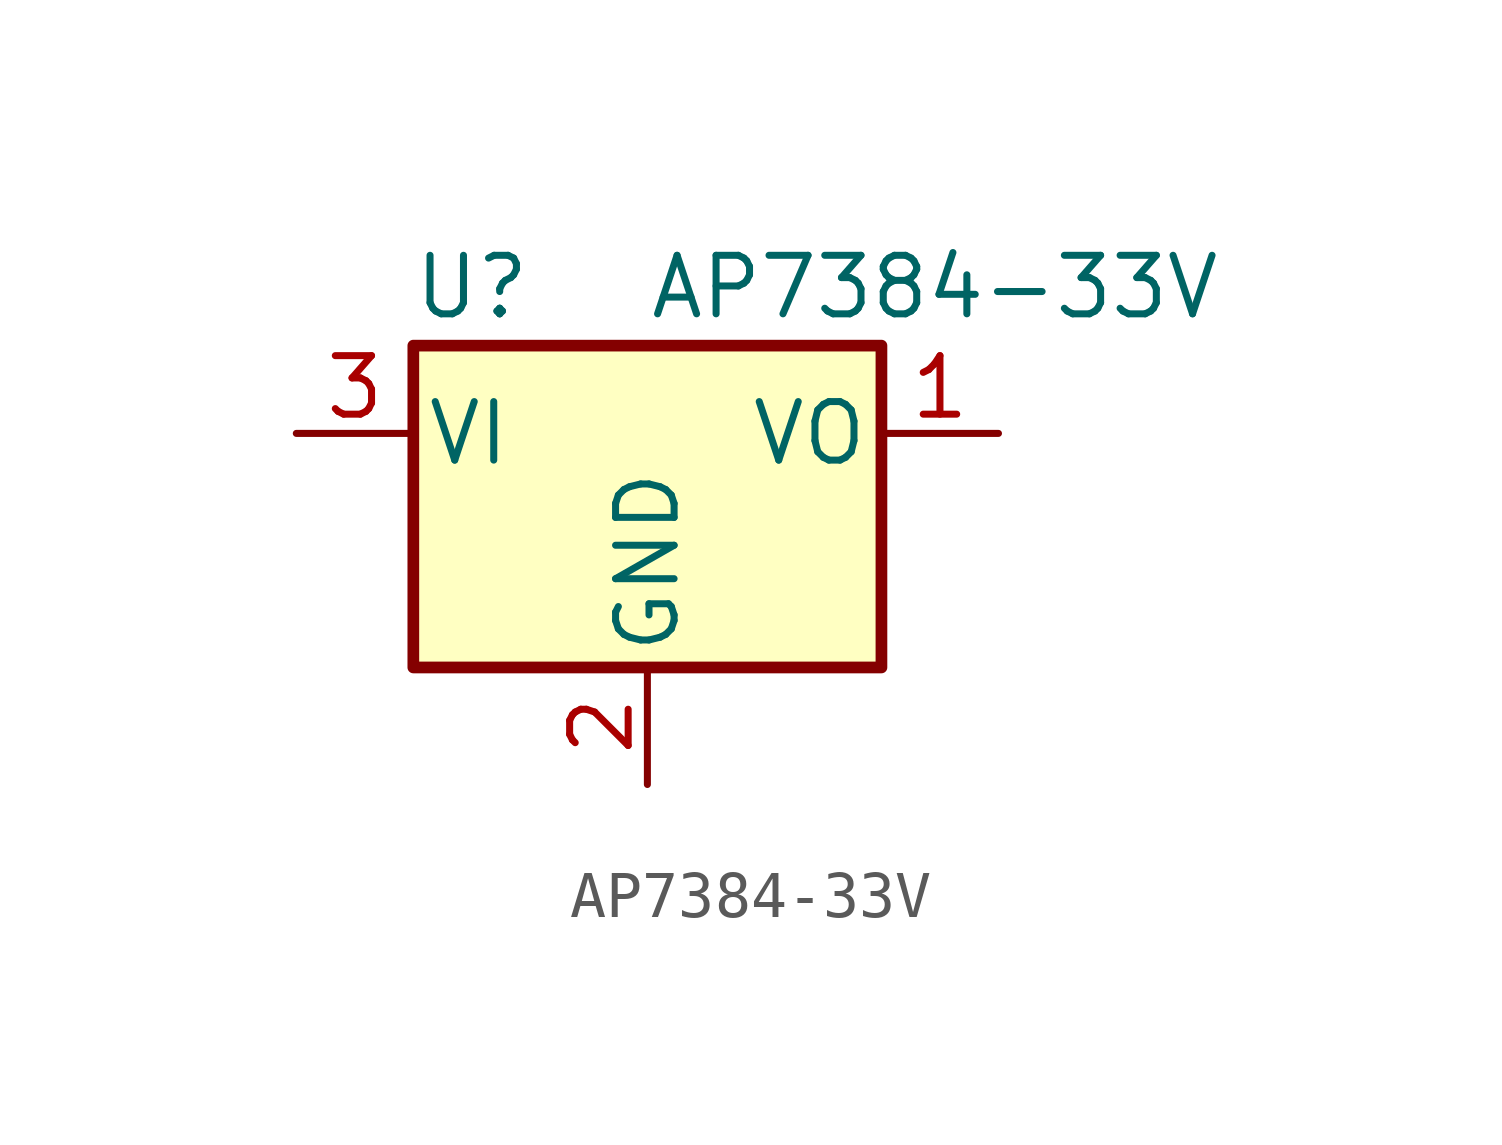
<source format=kicad_sym>
(kicad_symbol_lib
  (version 20220914)
  (generator kicad_symbol_editor)
  (symbol "AP7384-33V"
    (pin_names
      (offset 0.254))
    (property "Reference" "U"
      (at -3.81 3.175 0)
      (effects (font (size 1.27 1.27))))
    (property "Value" "AP7384-33V"
      (at 0 3.175 0)
      (effects (font (size 1.27 1.27)) (justify left)))
    (symbol "AP7384-33V_0_1"
      (rectangle (start -5.08 1.905) (end 5.08 -5.08) (stroke (width 0.254) (type default)) (fill (type background))))
    (symbol "AP7384-33V_1_1"
      (pin power_out line (at 7.62 0 180) (length 2.54) (name "VO" (effects (font (size 1.27 1.27)))) (number "1" (effects (font (size 1.27 1.27)))))
      (pin power_in line (at 0 -7.62 90) (length 2.54) (name "GND" (effects (font (size 1.27 1.27)))) (number "2" (effects (font (size 1.27 1.27)))))
      (pin power_in line (at -7.62 0 0) (length 2.54) (name "VI" (effects (font (size 1.27 1.27)))) (number "3" (effects (font (size 1.27 1.27))))))))
</source>
